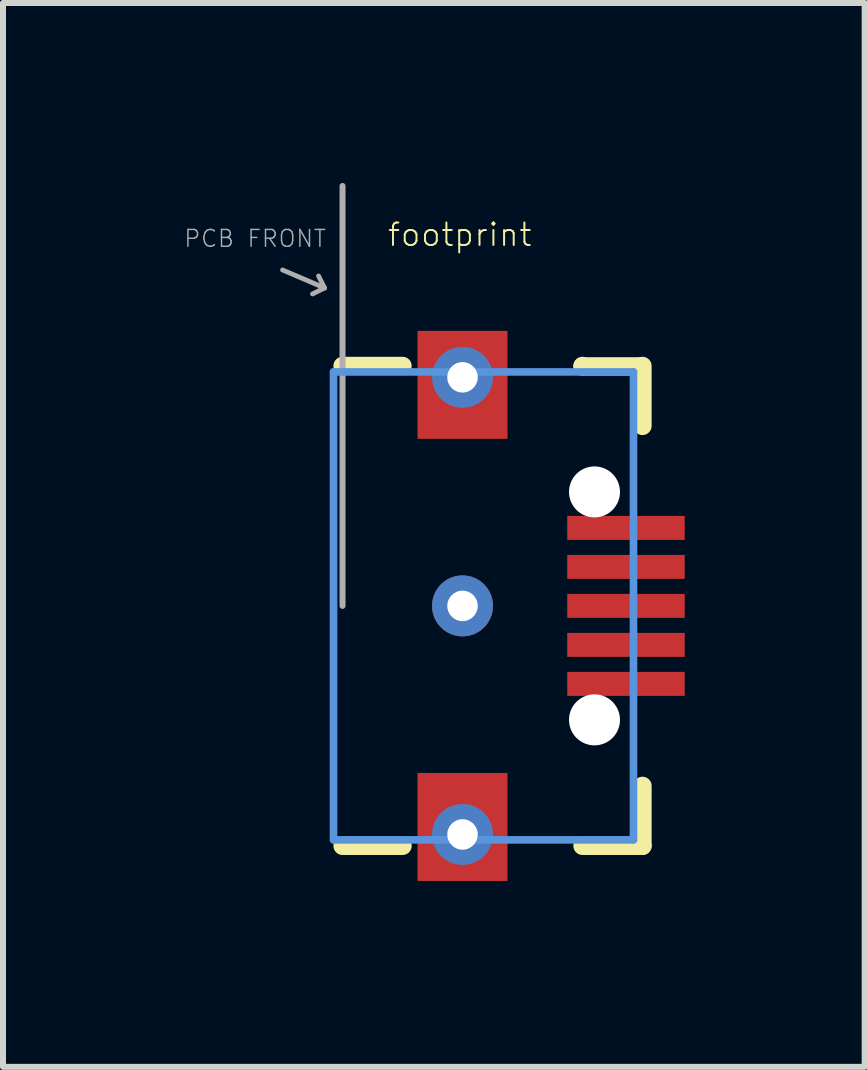
<source format=kicad_pcb>
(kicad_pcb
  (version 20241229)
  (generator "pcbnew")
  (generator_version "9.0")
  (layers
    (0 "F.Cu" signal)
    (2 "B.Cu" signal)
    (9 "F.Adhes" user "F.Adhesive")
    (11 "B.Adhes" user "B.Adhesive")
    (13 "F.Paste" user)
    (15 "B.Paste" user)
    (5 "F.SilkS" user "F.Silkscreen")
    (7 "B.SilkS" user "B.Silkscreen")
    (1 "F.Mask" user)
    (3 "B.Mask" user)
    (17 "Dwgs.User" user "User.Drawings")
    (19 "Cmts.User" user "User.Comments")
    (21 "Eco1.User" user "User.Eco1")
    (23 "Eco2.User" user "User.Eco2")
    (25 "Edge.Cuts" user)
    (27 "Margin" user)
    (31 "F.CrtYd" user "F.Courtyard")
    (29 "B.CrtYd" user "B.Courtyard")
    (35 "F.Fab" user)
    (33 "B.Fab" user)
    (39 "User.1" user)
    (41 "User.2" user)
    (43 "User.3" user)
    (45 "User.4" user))
  (footprint "footprint"
    (layer "F.Cu")
    (at 4.66 7.05)
    (property "Reference" "footprint" (at -1.27 -5.969 0) (layer "F.SilkS") (effects (font (size 0.374 0.374) (thickness 0.033)) (justify left bottom)))
    (fp_poly (pts (xy -0.85 -2.684) (xy 0.85 -2.684) (xy 0.85 -4.684) (xy -0.85 -4.684)) (stroke (width 0) (type solid)) (fill yes) (layer "F.Mask"))
    (fp_poly (pts (xy -0.85 1.35) (xy 0.85 1.35) (xy 0.85 -1.35) (xy -0.85 -1.35)) (stroke (width 0) (type solid)) (fill yes) (layer "F.Mask"))
    (fp_poly (pts (xy -0.85 4.684) (xy 0.85 4.684) (xy 0.85 2.684) (xy -0.85 2.684)) (stroke (width 0) (type solid)) (fill yes) (layer "F.Mask"))
    (fp_line (start -1 -4) (end -2 -4) (stroke (width 0.305) (type solid)) (layer "F.SilkS"))
    (fp_line (start -1 4) (end -2 4) (stroke (width 0.305) (type solid)) (layer "F.SilkS"))
    (fp_line (start 2 -3.993) (end 2 -4) (stroke (width 0.305) (type solid)) (layer "F.SilkS"))
    (fp_line (start 2 4) (end 3 4) (stroke (width 0.305) (type solid)) (layer "F.SilkS"))
    (fp_line (start 2.982 -3.993) (end 2 -3.993) (stroke (width 0.305) (type solid)) (layer "F.SilkS"))
    (fp_line (start 3 -4) (end 3 -3) (stroke (width 0.305) (type solid)) (layer "F.SilkS"))
    (fp_line (start 3 4) (end 3 3) (stroke (width 0.305) (type solid)) (layer "F.SilkS"))
    (fp_poly (pts (xy -0.75 -2.784) (xy 0.75 -2.784) (xy 0.75 -4.584) (xy -0.75 -4.584)) (stroke (width 0) (type solid)) (fill yes) (layer "F.Paste"))
    (fp_poly (pts (xy -0.75 4.584) (xy 0.75 4.584) (xy 0.75 2.784) (xy -0.75 2.784)) (stroke (width 0) (type solid)) (fill yes) (layer "F.Paste"))
    (fp_poly (pts (xy -0.604 1.004) (xy 0.604 1.004) (xy 0.604 -1.004) (xy -0.604 -1.004)) (stroke (width 0) (type solid)) (fill yes) (layer "F.Paste"))
    (fp_line (start -2.15 -3.9) (end -2.15 3.9) (stroke (width 0.127) (type solid)) (layer "Cmts.User"))
    (fp_line (start 2.85 -3.9) (end -2.15 -3.9) (stroke (width 0.127) (type solid)) (layer "Cmts.User"))
    (fp_line (start 2.85 -3.9) (end 2.85 3.9) (stroke (width 0.127) (type solid)) (layer "Cmts.User"))
    (fp_line (start 2.85 3.9) (end -2.15 3.9) (stroke (width 0.127) (type solid)) (layer "Cmts.User"))
    (fp_line (start -3 -5.6) (end -2.3 -5.3) (stroke (width 0.08) (type solid)) (layer "F.Fab"))
    (fp_line (start -2.3 -5.3) (end -2.5 -5.2) (stroke (width 0.08) (type solid)) (layer "F.Fab"))
    (fp_line (start -2.3 -5.3) (end -2.4 -5.5) (stroke (width 0.08) (type solid)) (layer "F.Fab"))
    (fp_line (start -2 -7) (end -2 0) (stroke (width 0.1) (type solid)) (layer "F.Fab"))
    (fp_text user "PCB FRONT" (at -4.66 -5.96 0) (layer "F.Fab") (effects (font (size 0.28 0.28) (thickness 0.024)) (justify left bottom)))
    (pad "" np_thru_hole circle (at 2.2 -1.9) (size 0.85 0.85) (drill 0.85) (layers "*.Cu" "*.Mask"))
    (pad "" np_thru_hole circle (at 2.2 1.9) (size 0.85 0.85) (drill 0.85) (layers "*.Cu" "*.Mask"))
    (pad "D+1" smd rect (at 2.725 0 90) (size 0.4 1.958) (layers "F.Cu" "F.Mask" "F.Paste"))
    (pad "D-1" smd rect (at 2.725 -0.65 90) (size 0.4 1.958) (layers "F.Cu" "F.Mask" "F.Paste"))
    (pad "GND1" smd rect (at 2.725 1.3 90) (size 0.4 1.958) (layers "F.Cu" "F.Mask" "F.Paste"))
    (pad "ID1" smd rect (at 2.725 0.65 90) (size 0.4 1.958) (layers "F.Cu" "F.Mask" "F.Paste"))
    (pad "P$1" thru_hole circle (at 0 0) (size 1.016 1.016) (drill 0.508) (layers "*.Cu" "*.Mask"))
    (pad "P$2" thru_hole circle (at 0 3.81) (size 1.016 1.016) (drill 0.508) (layers "*.Cu" "*.Mask"))
    (pad "P$3" thru_hole circle (at 0 -3.81) (size 1.016 1.016) (drill 0.508) (layers "*.Cu" "*.Mask"))
    (pad "SHIELD1" smd rect (at 0 -3.685 90) (size 1.8 1.5) (layers "F.Cu"))
    (pad "SHIELD2" smd rect (at 0 3.685 90) (size 1.8 1.5) (layers "F.Cu"))
    (pad "VBUS1" smd rect (at 2.725 -1.3 90) (size 0.4 1.958) (layers "F.Cu" "F.Mask" "F.Paste")))
  (gr_rect
    (start -3 -3)
    (end 11.364 14.734)
    (stroke (width 0.1) (type default))
    (fill no)
    (layer "Edge.Cuts")))
</source>
